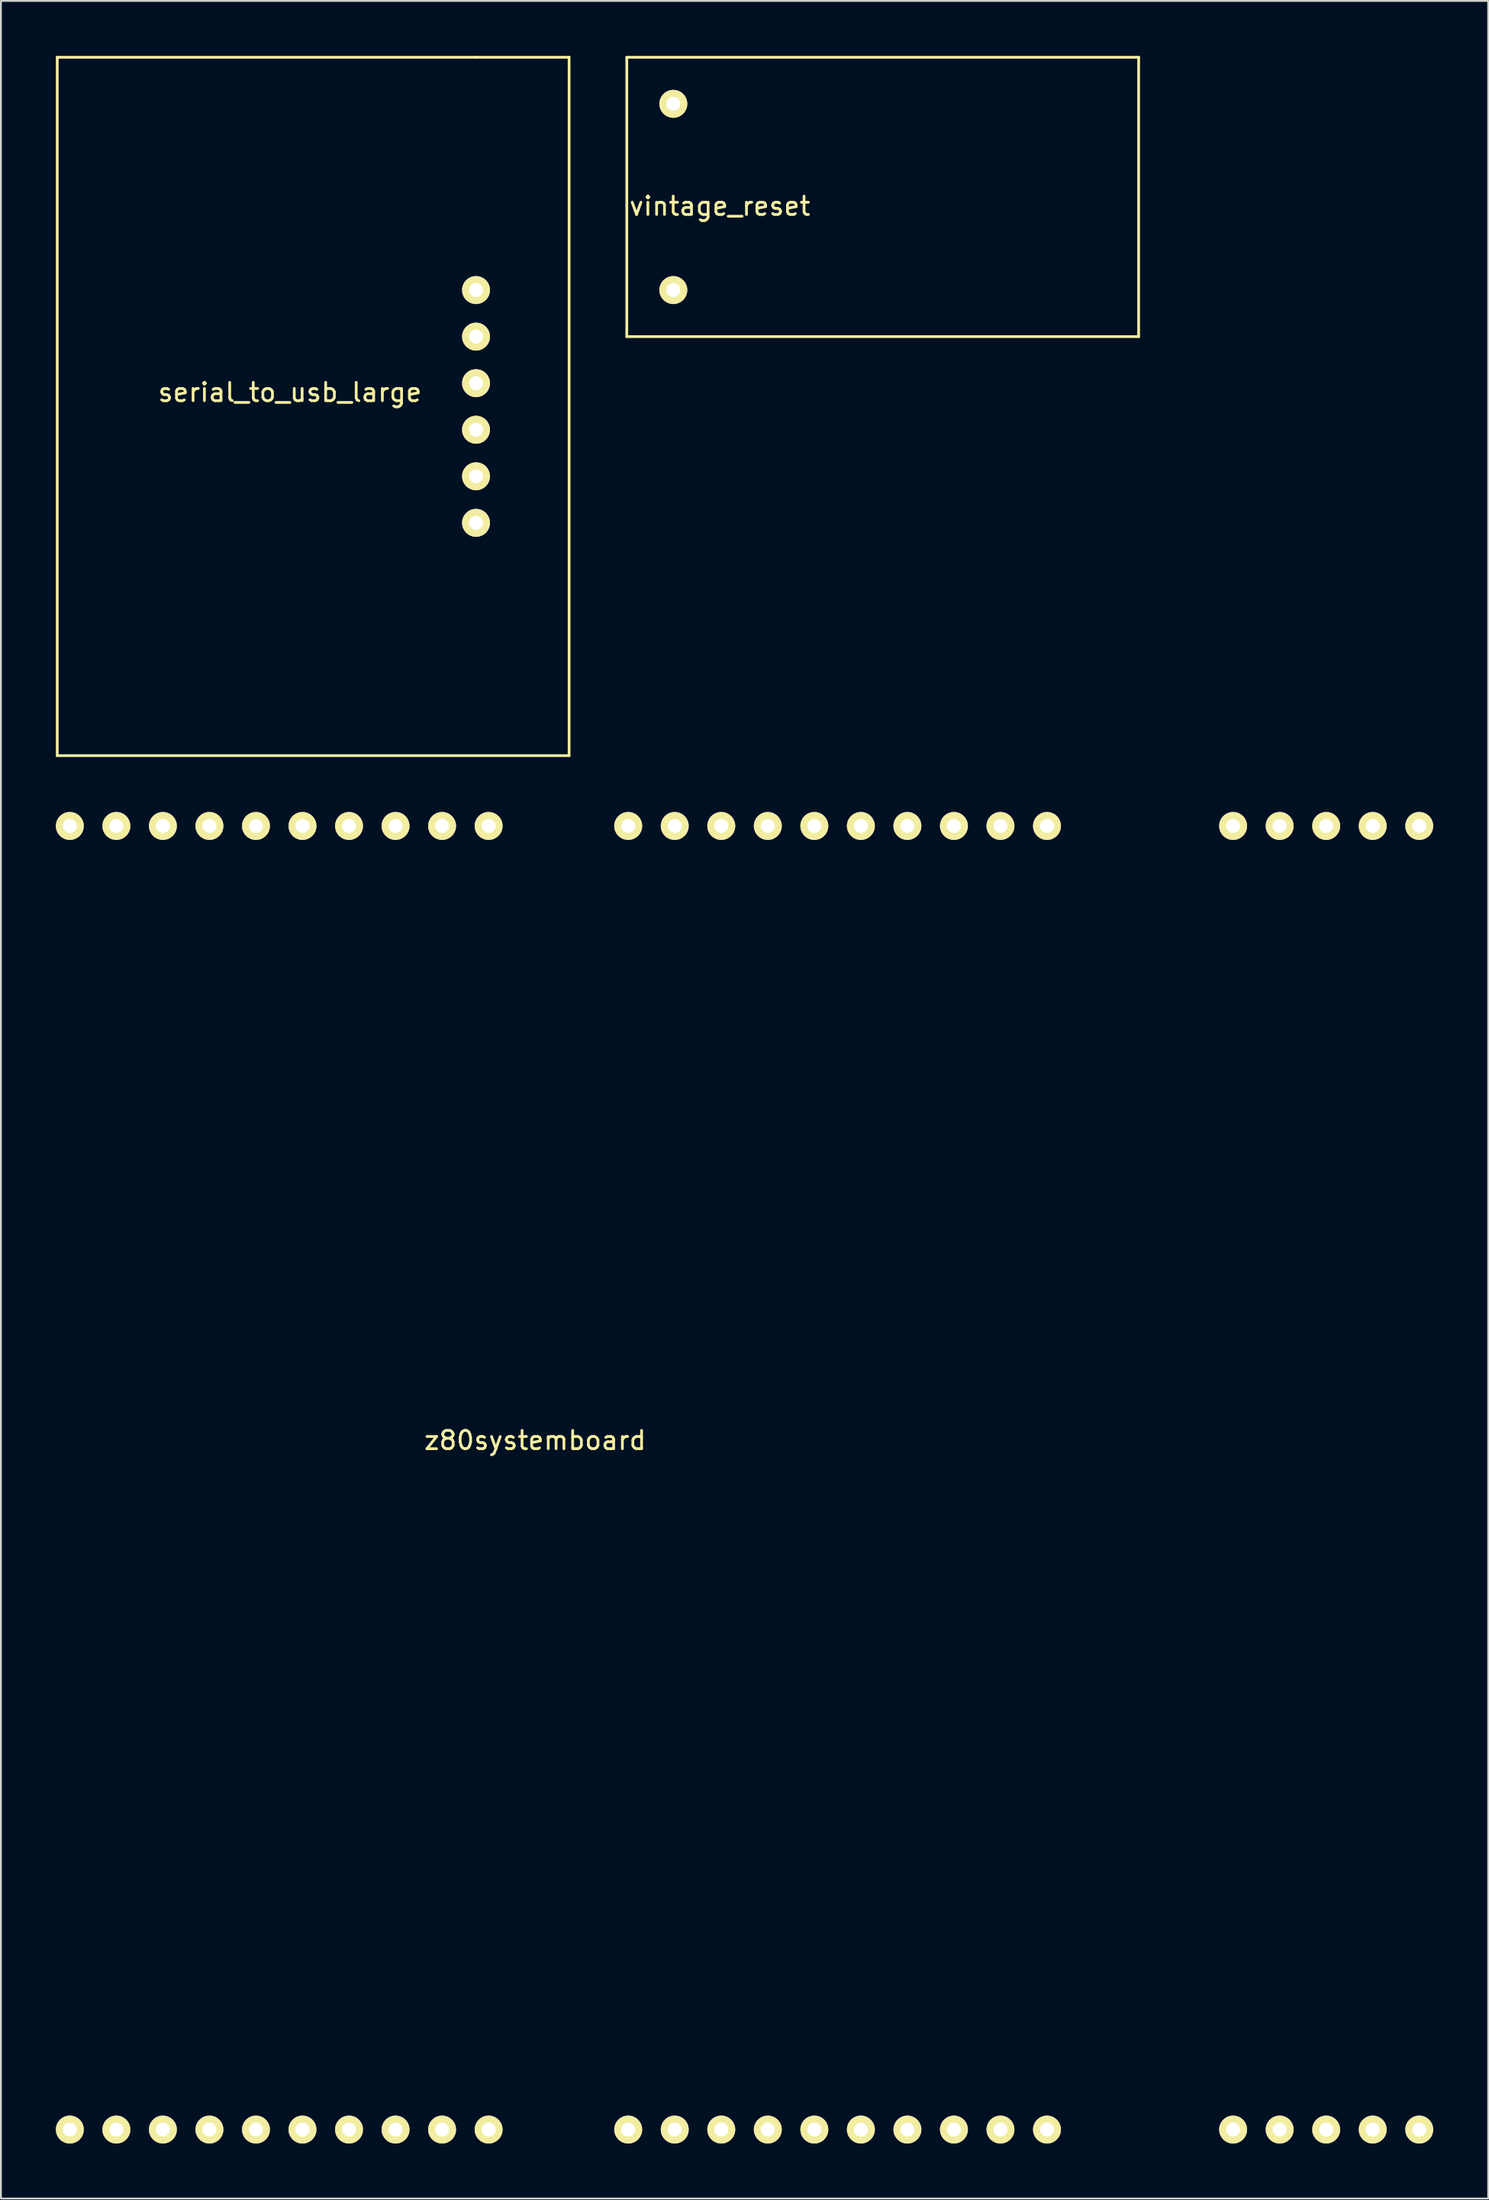
<source format=kicad_pcb>
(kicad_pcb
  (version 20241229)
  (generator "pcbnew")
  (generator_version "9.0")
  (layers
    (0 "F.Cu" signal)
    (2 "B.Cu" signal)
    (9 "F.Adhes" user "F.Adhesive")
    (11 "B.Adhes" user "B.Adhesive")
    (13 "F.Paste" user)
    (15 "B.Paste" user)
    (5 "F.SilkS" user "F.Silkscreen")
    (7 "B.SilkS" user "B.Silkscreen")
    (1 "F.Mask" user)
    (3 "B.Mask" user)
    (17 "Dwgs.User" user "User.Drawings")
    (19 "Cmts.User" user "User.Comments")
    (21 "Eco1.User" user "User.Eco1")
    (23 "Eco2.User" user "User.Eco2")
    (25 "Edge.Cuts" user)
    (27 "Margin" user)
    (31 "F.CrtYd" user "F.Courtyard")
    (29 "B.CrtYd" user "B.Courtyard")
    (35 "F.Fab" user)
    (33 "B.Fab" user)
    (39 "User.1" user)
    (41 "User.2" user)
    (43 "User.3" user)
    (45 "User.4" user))
  (footprint "vintage_reset"
    (layer "F.Cu")
    (at 36.245 7.695)
    (property "Reference" "vintage_reset" (at 0 0.5 0) (layer "F.SilkS") (effects (font (size 1 1) (thickness 0.15))))
    (attr through_hole)
    (fp_line (start -5.08 -7.62) (end 22.86 -7.62) (stroke (width 0.15) (type solid)) (layer "F.SilkS"))
    (fp_line (start -5.08 7.62) (end -5.08 -7.62) (stroke (width 0.15) (type solid)) (layer "F.SilkS"))
    (fp_line (start 22.86 -7.62) (end 22.86 7.62) (stroke (width 0.15) (type solid)) (layer "F.SilkS"))
    (fp_line (start 22.86 7.62) (end -5.08 7.62) (stroke (width 0.15) (type solid)) (layer "F.SilkS"))
    (pad "1" thru_hole circle (at -2.54 5.08) (size 1.524 1.524) (drill 0.762) (layers "*.Cu" "*.Mask" "F.SilkS"))
    (pad "2" thru_hole circle (at -2.54 -5.08) (size 1.524 1.524) (drill 0.762) (layers "*.Cu" "*.Mask" "F.SilkS")))
  (footprint "serial_to_usb_large"
    (layer "F.Cu")
    (at 12.775 17.855)
    (property "Reference" "serial_to_usb_large" (at 0 0.5 0) (layer "F.SilkS") (effects (font (size 1 1) (thickness 0.15))))
    (attr through_hole)
    (fp_line (start -12.7 -17.78) (end 10.16 -17.78) (stroke (width 0.15) (type solid)) (layer "F.SilkS"))
    (fp_line (start -12.7 20.32) (end -12.7 -17.78) (stroke (width 0.15) (type solid)) (layer "F.SilkS"))
    (fp_line (start 10.16 -17.78) (end 15.24 -17.78) (stroke (width 0.15) (type solid)) (layer "F.SilkS"))
    (fp_line (start 15.24 -17.78) (end 15.24 20.32) (stroke (width 0.15) (type solid)) (layer "F.SilkS"))
    (fp_line (start 15.24 20.32) (end -12.7 20.32) (stroke (width 0.15) (type solid)) (layer "F.SilkS"))
    (pad "1" thru_hole circle (at 10.16 7.62) (size 1.524 1.524) (drill 0.762) (layers "*.Cu" "*.Mask" "F.SilkS"))
    (pad "2" thru_hole circle (at 10.16 5.08) (size 1.524 1.524) (drill 0.762) (layers "*.Cu" "*.Mask" "F.SilkS"))
    (pad "3" thru_hole circle (at 10.16 2.54) (size 1.524 1.524) (drill 0.762) (layers "*.Cu" "*.Mask" "F.SilkS"))
    (pad "4" thru_hole circle (at 10.16 0) (size 1.524 1.524) (drill 0.762) (layers "*.Cu" "*.Mask" "F.SilkS"))
    (pad "5" thru_hole circle (at 10.16 -2.54) (size 1.524 1.524) (drill 0.762) (layers "*.Cu" "*.Mask" "F.SilkS"))
    (pad "6" thru_hole circle (at 10.16 -5.08) (size 1.524 1.524) (drill 0.762) (layers "*.Cu" "*.Mask" "F.SilkS")))
  (footprint "z80systemboard"
    (layer "F.Cu")
    (at 26.162 75.032)
    (property "Reference" "z80systemboard" (at 0 0.5 0) (layer "F.SilkS") (effects (font (size 1 1) (thickness 0.15))))
    (attr through_hole)
    (pad "1" thru_hole circle (at 27.94 -33.02) (size 1.524 1.524) (drill 0.762) (layers "*.Cu" "*.Mask" "F.SilkS"))
    (pad "2" thru_hole circle (at 25.4 -33.02) (size 1.524 1.524) (drill 0.762) (layers "*.Cu" "*.Mask" "F.SilkS"))
    (pad "3" thru_hole circle (at 22.86 -33.02) (size 1.524 1.524) (drill 0.762) (layers "*.Cu" "*.Mask" "F.SilkS"))
    (pad "4" thru_hole circle (at 20.32 -33.02) (size 1.524 1.524) (drill 0.762) (layers "*.Cu" "*.Mask" "F.SilkS"))
    (pad "5" thru_hole circle (at 17.78 -33.02) (size 1.524 1.524) (drill 0.762) (layers "*.Cu" "*.Mask" "F.SilkS"))
    (pad "6" thru_hole circle (at 15.24 -33.02) (size 1.524 1.524) (drill 0.762) (layers "*.Cu" "*.Mask" "F.SilkS"))
    (pad "7" thru_hole circle (at 12.7 -33.02) (size 1.524 1.524) (drill 0.762) (layers "*.Cu" "*.Mask" "F.SilkS"))
    (pad "8" thru_hole circle (at 10.16 -33.02) (size 1.524 1.524) (drill 0.762) (layers "*.Cu" "*.Mask" "F.SilkS"))
    (pad "9" thru_hole circle (at 7.62 -33.02) (size 1.524 1.524) (drill 0.762) (layers "*.Cu" "*.Mask" "F.SilkS"))
    (pad "10" thru_hole circle (at 5.08 -33.02) (size 1.524 1.524) (drill 0.762) (layers "*.Cu" "*.Mask" "F.SilkS"))
    (pad "11" thru_hole circle (at -2.54 -33.02) (size 1.524 1.524) (drill 0.762) (layers "*.Cu" "*.Mask" "F.SilkS"))
    (pad "12" thru_hole circle (at -5.08 -33.02) (size 1.524 1.524) (drill 0.762) (layers "*.Cu" "*.Mask" "F.SilkS"))
    (pad "13" thru_hole circle (at -7.62 -33.02) (size 1.524 1.524) (drill 0.762) (layers "*.Cu" "*.Mask" "F.SilkS"))
    (pad "14" thru_hole circle (at -10.16 -33.02) (size 1.524 1.524) (drill 0.762) (layers "*.Cu" "*.Mask" "F.SilkS"))
    (pad "15" thru_hole circle (at -12.7 -33.02) (size 1.524 1.524) (drill 0.762) (layers "*.Cu" "*.Mask" "F.SilkS"))
    (pad "16" thru_hole circle (at -15.24 -33.02) (size 1.524 1.524) (drill 0.762) (layers "*.Cu" "*.Mask" "F.SilkS"))
    (pad "17" thru_hole circle (at -17.78 -33.02) (size 1.524 1.524) (drill 0.762) (layers "*.Cu" "*.Mask" "F.SilkS"))
    (pad "18" thru_hole circle (at -20.32 -33.02) (size 1.524 1.524) (drill 0.762) (layers "*.Cu" "*.Mask" "F.SilkS"))
    (pad "19" thru_hole circle (at -22.86 -33.02) (size 1.524 1.524) (drill 0.762) (layers "*.Cu" "*.Mask" "F.SilkS"))
    (pad "20" thru_hole circle (at -25.4 -33.02) (size 1.524 1.524) (drill 0.762) (layers "*.Cu" "*.Mask" "F.SilkS"))
    (pad "21" thru_hole circle (at -25.4 38.1) (size 1.524 1.524) (drill 0.762) (layers "*.Cu" "*.Mask" "F.SilkS"))
    (pad "22" thru_hole circle (at -22.86 38.1) (size 1.524 1.524) (drill 0.762) (layers "*.Cu" "*.Mask" "F.SilkS"))
    (pad "23" thru_hole circle (at -20.32 38.1) (size 1.524 1.524) (drill 0.762) (layers "*.Cu" "*.Mask" "F.SilkS"))
    (pad "24" thru_hole circle (at -17.78 38.1) (size 1.524 1.524) (drill 0.762) (layers "*.Cu" "*.Mask" "F.SilkS"))
    (pad "25" thru_hole circle (at -15.24 38.1) (size 1.524 1.524) (drill 0.762) (layers "*.Cu" "*.Mask" "F.SilkS"))
    (pad "26" thru_hole circle (at -12.7 38.1) (size 1.524 1.524) (drill 0.762) (layers "*.Cu" "*.Mask" "F.SilkS"))
    (pad "27" thru_hole circle (at -10.16 38.1) (size 1.524 1.524) (drill 0.762) (layers "*.Cu" "*.Mask" "F.SilkS"))
    (pad "28" thru_hole circle (at -7.62 38.1) (size 1.524 1.524) (drill 0.762) (layers "*.Cu" "*.Mask" "F.SilkS"))
    (pad "29" thru_hole circle (at -5.08 38.1) (size 1.524 1.524) (drill 0.762) (layers "*.Cu" "*.Mask" "F.SilkS"))
    (pad "30" thru_hole circle (at -2.54 38.1) (size 1.524 1.524) (drill 0.762) (layers "*.Cu" "*.Mask" "F.SilkS"))
    (pad "31" thru_hole circle (at 5.08 38.1) (size 1.524 1.524) (drill 0.762) (layers "*.Cu" "*.Mask" "F.SilkS"))
    (pad "32" thru_hole circle (at 7.62 38.1) (size 1.524 1.524) (drill 0.762) (layers "*.Cu" "*.Mask" "F.SilkS"))
    (pad "33" thru_hole circle (at 10.16 38.1) (size 1.524 1.524) (drill 0.762) (layers "*.Cu" "*.Mask" "F.SilkS"))
    (pad "34" thru_hole circle (at 12.7 38.1) (size 1.524 1.524) (drill 0.762) (layers "*.Cu" "*.Mask" "F.SilkS"))
    (pad "35" thru_hole circle (at 15.24 38.1) (size 1.524 1.524) (drill 0.762) (layers "*.Cu" "*.Mask" "F.SilkS"))
    (pad "36" thru_hole circle (at 17.78 38.1) (size 1.524 1.524) (drill 0.762) (layers "*.Cu" "*.Mask" "F.SilkS"))
    (pad "37" thru_hole circle (at 20.32 38.1) (size 1.524 1.524) (drill 0.762) (layers "*.Cu" "*.Mask" "F.SilkS"))
    (pad "38" thru_hole circle (at 22.86 38.1) (size 1.524 1.524) (drill 0.762) (layers "*.Cu" "*.Mask" "F.SilkS"))
    (pad "39" thru_hole circle (at 25.4 38.1) (size 1.524 1.524) (drill 0.762) (layers "*.Cu" "*.Mask" "F.SilkS"))
    (pad "40" thru_hole circle (at 27.94 38.1) (size 1.524 1.524) (drill 0.762) (layers "*.Cu" "*.Mask" "F.SilkS"))
    (pad "41" thru_hole circle (at 48.26 -33.02) (size 1.524 1.524) (drill 0.762) (layers "*.Cu" "*.Mask" "F.SilkS"))
    (pad "42" thru_hole circle (at 45.72 -33.02) (size 1.524 1.524) (drill 0.762) (layers "*.Cu" "*.Mask" "F.SilkS"))
    (pad "43" thru_hole circle (at 43.18 -33.02) (size 1.524 1.524) (drill 0.762) (layers "*.Cu" "*.Mask" "F.SilkS"))
    (pad "44" thru_hole circle (at 40.64 -33.02) (size 1.524 1.524) (drill 0.762) (layers "*.Cu" "*.Mask" "F.SilkS"))
    (pad "46" thru_hole circle (at 38.1 -33.02) (size 1.524 1.524) (drill 0.762) (layers "*.Cu" "*.Mask" "F.SilkS"))
    (pad "46" thru_hole circle (at 38.1 38.1) (size 1.524 1.524) (drill 0.762) (layers "*.Cu" "*.Mask" "F.SilkS"))
    (pad "47" thru_hole circle (at 40.64 38.1) (size 1.524 1.524) (drill 0.762) (layers "*.Cu" "*.Mask" "F.SilkS"))
    (pad "48" thru_hole circle (at 43.18 38.1) (size 1.524 1.524) (drill 0.762) (layers "*.Cu" "*.Mask" "F.SilkS"))
    (pad "49" thru_hole circle (at 45.72 38.1) (size 1.524 1.524) (drill 0.762) (layers "*.Cu" "*.Mask" "F.SilkS"))
    (pad "50" thru_hole circle (at 48.26 38.1) (size 1.524 1.524) (drill 0.762) (layers "*.Cu" "*.Mask" "F.SilkS")))
  (gr_rect
    (start -3 -3)
    (end 78.184 116.894)
    (stroke (width 0.1) (type default))
    (fill no)
    (layer "Edge.Cuts")))
</source>
